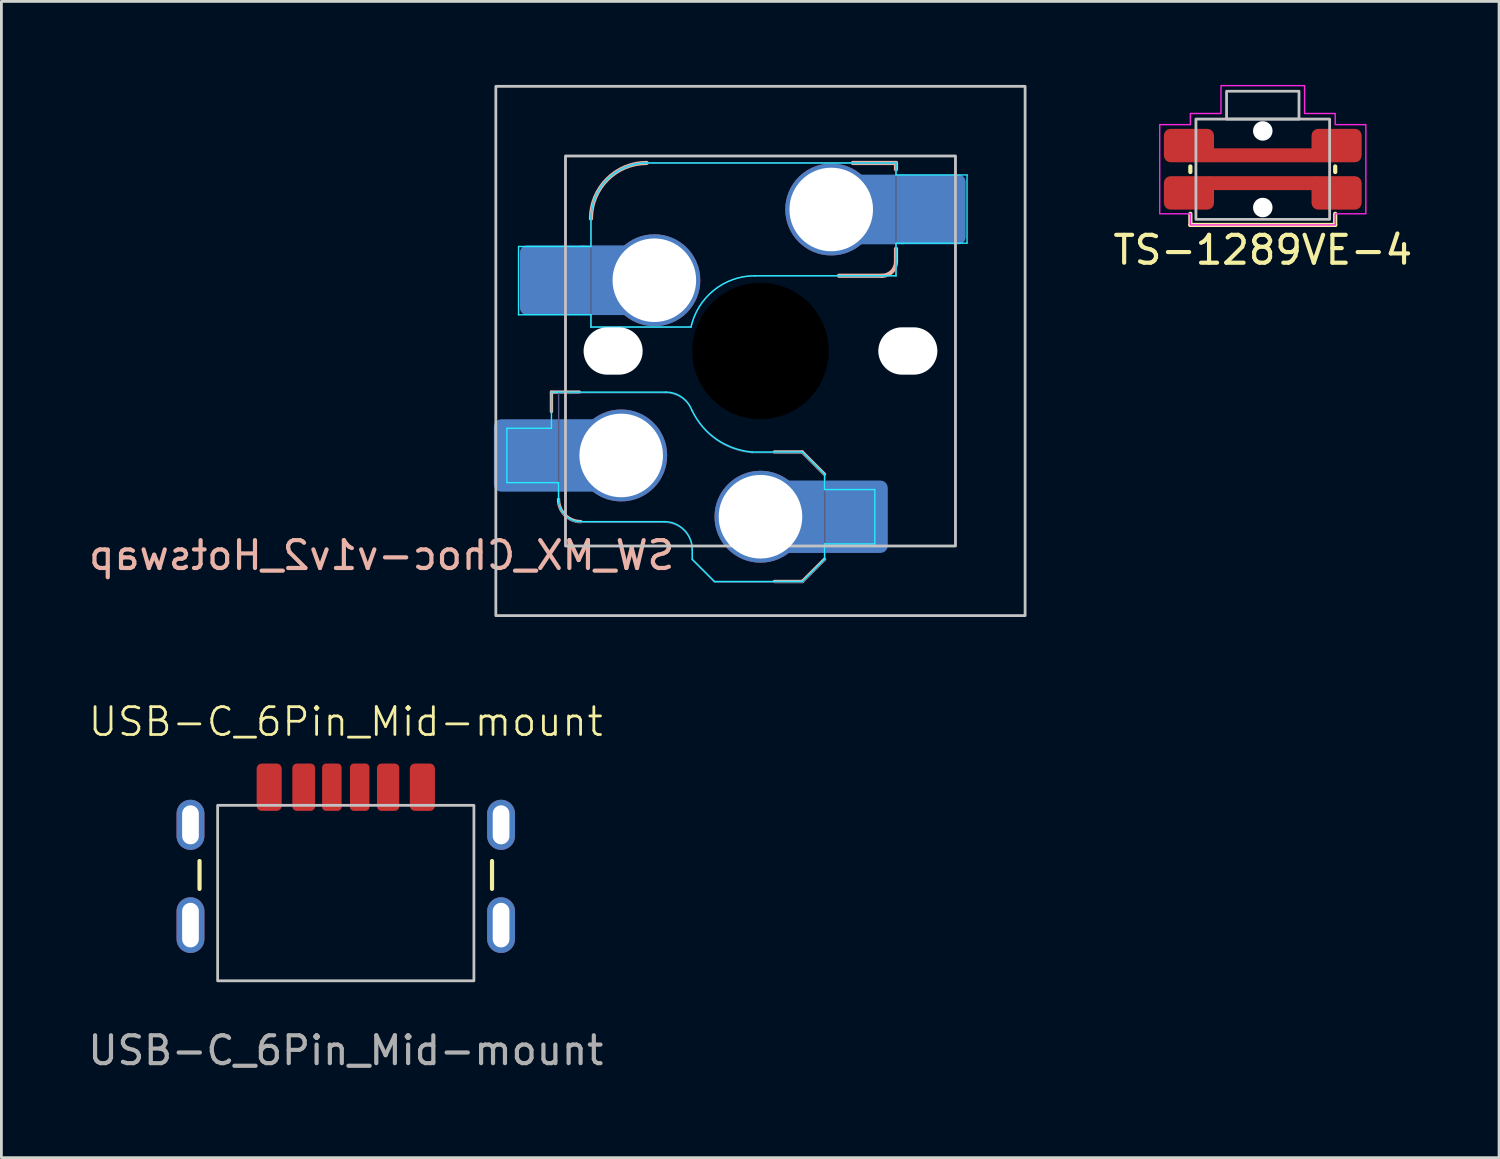
<source format=kicad_pcb>
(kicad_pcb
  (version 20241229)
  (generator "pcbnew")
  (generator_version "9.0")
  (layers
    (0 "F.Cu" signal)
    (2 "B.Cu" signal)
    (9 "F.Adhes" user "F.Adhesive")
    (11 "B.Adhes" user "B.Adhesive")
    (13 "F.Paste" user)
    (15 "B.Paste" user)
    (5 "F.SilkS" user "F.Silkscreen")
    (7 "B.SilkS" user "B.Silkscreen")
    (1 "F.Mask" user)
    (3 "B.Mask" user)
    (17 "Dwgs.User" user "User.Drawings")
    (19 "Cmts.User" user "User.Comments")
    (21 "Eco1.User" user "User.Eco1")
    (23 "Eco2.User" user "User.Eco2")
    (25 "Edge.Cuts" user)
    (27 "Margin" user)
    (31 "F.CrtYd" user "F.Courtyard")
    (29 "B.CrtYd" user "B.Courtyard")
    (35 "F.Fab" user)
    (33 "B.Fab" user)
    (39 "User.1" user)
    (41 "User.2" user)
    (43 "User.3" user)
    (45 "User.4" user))
  (footprint "SW_MX_Choc-v1v2_Hotswap"
    (layer "F.Cu")
    (at 24.25 9.55)
    (property "Reference" "SW_MX_Choc-v1v2_Hotswap" (at -3 6.75 0) (unlocked yes) (layer "B.SilkS") (effects (font (size 1 1) (thickness 0.15)) (justify left top mirror)))
    (fp_line (start -7.504 1.475) (end -7.504 2.175) (stroke (width 0.12) (type solid)) (layer "B.SilkS"))
    (fp_line (start -7.504 1.475) (end -6.504 1.475) (stroke (width 0.12) (type solid)) (layer "B.SilkS"))
    (fp_line (start 1.5 3.625) (end 0.5 3.625) (stroke (width 0.12) (type solid)) (layer "B.SilkS"))
    (fp_line (start 1.5 3.625) (end 2.3 4.425) (stroke (width 0.12) (type solid)) (layer "B.SilkS"))
    (fp_line (start 1.5 8.275) (end 0.5 8.275) (stroke (width 0.12) (type solid)) (layer "B.SilkS"))
    (fp_line (start 2.3 7.475) (end 1.5 8.275) (stroke (width 0.12) (type solid)) (layer "B.SilkS"))
    (fp_line (start 2.815 -2.7) (end 4.365 -2.7) (stroke (width 0.15) (type solid)) (layer "B.SilkS"))
    (fp_line (start 3.315 -6.75) (end 4.865 -6.75) (stroke (width 0.15) (type solid)) (layer "B.SilkS"))
    (fp_line (start 4.865 -6.75) (end 4.865 -6.52) (stroke (width 0.15) (type solid)) (layer "B.SilkS"))
    (fp_line (start 4.865 -3.67) (end 4.865 -3.2) (stroke (width 0.15) (type solid)) (layer "B.SilkS"))
    (fp_arc (start -6.45 6.125) (mid -7.015685 5.890685) (end -7.25 5.325) (stroke (width 0.12) (type solid)) (layer "B.SilkS"))
    (fp_arc (start -6.085176 -4.75022) (mid -5.499381 -6.164412) (end -4.085176 -6.75022) (stroke (width 0.15) (type solid)) (layer "B.SilkS"))
    (fp_arc (start 4.864824 -3.20022) (mid 4.718386 -2.846645) (end 4.364824 -2.70022) (stroke (width 0.15) (type solid)) (layer "B.SilkS"))
    (fp_rect (start -9.5 -9.5) (end 9.5 9.5) (stroke (width 0.1) (type default)) (fill no) (layer "Dwgs.User"))
    (fp_rect (start -7 -7) (end 7 7) (stroke (width 0.1) (type solid)) (fill no) (layer "Dwgs.User"))
    (fp_line (start -9.104 2.775) (end -7.504 2.775) (stroke (width 0.05) (type solid)) (layer "B.CrtYd"))
    (fp_line (start -9.104 4.725) (end -9.104 2.775) (stroke (width 0.05) (type solid)) (layer "B.CrtYd"))
    (fp_line (start -8.685 -3.75) (end -8.685 -1.3) (stroke (width 0.05) (type solid)) (layer "B.CrtYd"))
    (fp_line (start -8.685 -1.3) (end -6.085 -1.3) (stroke (width 0.05) (type solid)) (layer "B.CrtYd"))
    (fp_line (start -7.504 1.475) (end -7.504 2.175) (stroke (width 0.05) (type solid)) (layer "B.CrtYd"))
    (fp_line (start -7.504 1.475) (end -3.4 1.475) (stroke (width 0.05) (type solid)) (layer "B.CrtYd"))
    (fp_line (start -7.504 2.175) (end -7.504 2.775) (stroke (width 0.05) (type solid)) (layer "B.CrtYd"))
    (fp_line (start -7.25 4.725) (end -9.104 4.725) (stroke (width 0.05) (type solid)) (layer "B.CrtYd"))
    (fp_line (start -7.25 5.325) (end -7.25 4.725) (stroke (width 0.05) (type solid)) (layer "B.CrtYd"))
    (fp_line (start -6.085 -3.75) (end -8.685 -3.75) (stroke (width 0.05) (type solid)) (layer "B.CrtYd"))
    (fp_line (start -6.085 -3.75) (end -6.085 -4.75) (stroke (width 0.05) (type solid)) (layer "B.CrtYd"))
    (fp_line (start -6.085 -1.3) (end -6.085 -0.86) (stroke (width 0.05) (type solid)) (layer "B.CrtYd"))
    (fp_line (start -6.085 -0.86) (end -2.494 -0.86) (stroke (width 0.05) (type solid)) (layer "B.CrtYd"))
    (fp_line (start -4.085 -6.75) (end 4.865 -6.75) (stroke (width 0.05) (type solid)) (layer "B.CrtYd"))
    (fp_line (start -3.45 6.125) (end -6.45 6.125) (stroke (width 0.05) (type solid)) (layer "B.CrtYd"))
    (fp_line (start -2.45 7.475) (end -2.45 7.125) (stroke (width 0.05) (type solid)) (layer "B.CrtYd"))
    (fp_line (start -2.45 7.475) (end -1.65 8.275) (stroke (width 0.05) (type solid)) (layer "B.CrtYd"))
    (fp_line (start 1.5 3.625) (end -0.3 3.625) (stroke (width 0.05) (type solid)) (layer "B.CrtYd"))
    (fp_line (start 1.5 3.625) (end 2.3 4.425) (stroke (width 0.05) (type solid)) (layer "B.CrtYd"))
    (fp_line (start 1.5 8.275) (end -1.65 8.275) (stroke (width 0.05) (type solid)) (layer "B.CrtYd"))
    (fp_line (start 2.3 4.975) (end 2.3 4.425) (stroke (width 0.05) (type solid)) (layer "B.CrtYd"))
    (fp_line (start 2.3 7.475) (end 1.5 8.275) (stroke (width 0.05) (type solid)) (layer "B.CrtYd"))
    (fp_line (start 2.3 7.475) (end 2.3 6.925) (stroke (width 0.05) (type solid)) (layer "B.CrtYd"))
    (fp_line (start 4.104 4.975) (end 2.3 4.975) (stroke (width 0.05) (type solid)) (layer "B.CrtYd"))
    (fp_line (start 4.104 4.975) (end 4.104 6.925) (stroke (width 0.05) (type solid)) (layer "B.CrtYd"))
    (fp_line (start 4.104 6.925) (end 2.3 6.925) (stroke (width 0.05) (type solid)) (layer "B.CrtYd"))
    (fp_line (start 4.865 -6.75) (end 4.865 -6.32) (stroke (width 0.05) (type solid)) (layer "B.CrtYd"))
    (fp_line (start 4.865 -3.87) (end 4.865 -2.7) (stroke (width 0.05) (type solid)) (layer "B.CrtYd"))
    (fp_line (start 4.865 -3.87) (end 7.415 -3.87) (stroke (width 0.05) (type solid)) (layer "B.CrtYd"))
    (fp_line (start 4.865 -2.7) (end -0.2 -2.7) (stroke (width 0.05) (type solid)) (layer "B.CrtYd"))
    (fp_line (start 7.415 -6.32) (end 4.865 -6.32) (stroke (width 0.05) (type solid)) (layer "B.CrtYd"))
    (fp_line (start 7.415 -3.87) (end 7.415 -6.32) (stroke (width 0.05) (type solid)) (layer "B.CrtYd"))
    (fp_arc (start -6.45 6.125) (mid -7.015685 5.890685) (end -7.25 5.325) (stroke (width 0.05) (type solid)) (layer "B.CrtYd"))
    (fp_arc (start -6.085176 -4.75022) (mid -5.49939 -6.164434) (end -4.085176 -6.75022) (stroke (width 0.05) (type solid)) (layer "B.CrtYd"))
    (fp_arc (start -3.45 6.125) (mid -2.742893 6.417893) (end -2.45 7.125) (stroke (width 0.05) (type solid)) (layer "B.CrtYd"))
    (fp_arc (start -3.4 1.475) (mid -2.826423 1.655848) (end -2.460307 2.13298) (stroke (width 0.05) (type solid)) (layer "B.CrtYd"))
    (fp_arc (start -2.494322 -0.86022) (mid -1.670503 -2.183402) (end -0.2 -2.70022) (stroke (width 0.05) (type solid)) (layer "B.CrtYd"))
    (fp_arc (start -0.299999 3.624999) (mid -1.577272 3.167235) (end -2.455444 2.13293) (stroke (width 0.05) (type solid)) (layer "B.CrtYd"))
    (fp_rect (start -7 -7) (end 7 7) (stroke (width 0.05) (type default)) (fill no) (layer "F.CrtYd"))
    (fp_line (start -7.246 1.5) (end -3.396 1.5) (stroke (width 0.05) (type solid)) (layer "B.Fab"))
    (fp_line (start -7.246 5.35) (end -7.246 1.5) (stroke (width 0.05) (type solid)) (layer "B.Fab"))
    (fp_line (start -6.085 -0.86) (end -6.085 -4.75) (stroke (width 0.05) (type solid)) (layer "B.Fab"))
    (fp_line (start -6.085 -0.86) (end -2.494 -0.86) (stroke (width 0.05) (type solid)) (layer "B.Fab"))
    (fp_line (start -4.085 -6.75) (end 4.865 -6.75) (stroke (width 0.05) (type solid)) (layer "B.Fab"))
    (fp_line (start -3.446 6.15) (end -6.446 6.15) (stroke (width 0.05) (type solid)) (layer "B.Fab"))
    (fp_line (start -2.446 7.5) (end -2.446 7.15) (stroke (width 0.05) (type solid)) (layer "B.Fab"))
    (fp_line (start -2.446 7.5) (end -1.646 8.3) (stroke (width 0.05) (type solid)) (layer "B.Fab"))
    (fp_line (start 1.504 3.65) (end -0.296 3.65) (stroke (width 0.05) (type solid)) (layer "B.Fab"))
    (fp_line (start 1.504 3.65) (end 2.304 4.45) (stroke (width 0.05) (type solid)) (layer "B.Fab"))
    (fp_line (start 1.504 8.3) (end -1.646 8.3) (stroke (width 0.05) (type solid)) (layer "B.Fab"))
    (fp_line (start 2.304 7.5) (end 1.504 8.3) (stroke (width 0.05) (type solid)) (layer "B.Fab"))
    (fp_line (start 2.304 7.5) (end 2.304 4.45) (stroke (width 0.05) (type solid)) (layer "B.Fab"))
    (fp_line (start 4.865 -6.75) (end 4.865 -2.7) (stroke (width 0.05) (type solid)) (layer "B.Fab"))
    (fp_line (start 4.865 -2.7) (end -0.2 -2.7) (stroke (width 0.05) (type solid)) (layer "B.Fab"))
    (fp_arc (start -6.446 6.15) (mid -7.011685 5.915685) (end -7.246 5.35) (stroke (width 0.05) (type solid)) (layer "B.Fab"))
    (fp_arc (start -6.085176 -4.75022) (mid -5.499381 -6.164412) (end -4.085176 -6.75022) (stroke (width 0.05) (type solid)) (layer "B.Fab"))
    (fp_arc (start -3.446 6.15) (mid -2.738893 6.442893) (end -2.446 7.15) (stroke (width 0.05) (type solid)) (layer "B.Fab"))
    (fp_arc (start -3.396 1.5) (mid -2.822423 1.680848) (end -2.456307 2.15798) (stroke (width 0.05) (type solid)) (layer "B.Fab"))
    (fp_arc (start -2.494322 -0.86022) (mid -1.670501 -2.183395) (end -0.2 -2.70022) (stroke (width 0.05) (type solid)) (layer "B.Fab"))
    (fp_arc (start -0.295999 3.649999) (mid -1.573272 3.192235) (end -2.451444 2.15793) (stroke (width 0.05) (type solid)) (layer "B.Fab"))
    (pad "" np_thru_hole oval (at -5.29 0 180) (size 2.12 1.7) (drill oval 2.12 1.7) (layers "*.Cu" "*.Mask"))
    (pad "" np_thru_hole circle (at 0 0 180) (size 4.9 4.9) (drill 4.9) (layers "*.Mask"))
    (pad "" np_thru_hole oval (at 5.29 0) (size 2.12 1.7) (drill oval 2.12 1.7) (layers "*.Cu" "*.Mask"))
    (pad "1" smd roundrect (at -8.245 3.75) (size 2.65 2.6) (layers "B.Cu" "B.Mask" "B.Paste") (roundrect_rratio 0.1))
    (pad "1" smd roundrect (at -7.36 -2.54) (size 2.55 2.5) (layers "B.Cu" "B.Mask" "B.Paste") (roundrect_rratio 0.1))
    (pad "1" smd rect (at -6.55 3.75) (size 1.2 2.6) (layers "B.Cu"))
    (pad "1" smd rect (at -5.635 -2.54 180) (size 1.65 2.5) (layers "B.Cu"))
    (pad "1" thru_hole circle (at -5 3.75) (size 3.3 3.3) (drill 3) (layers "*.Cu" "*.Mask"))
    (pad "1" thru_hole circle (at -3.81 -2.54) (size 3.3 3.3) (drill 3) (layers "*.Cu" "*.Mask"))
    (pad "2" thru_hole circle (at 0 5.95) (size 3.3 3.3) (drill 3) (layers "*.Cu" "*.Mask"))
    (pad "2" smd rect (at 1.55 5.95 180) (size 1.2 2.6) (layers "B.Cu"))
    (pad "2" thru_hole circle (at 2.54 -5.08) (size 3.3 3.3) (drill 3) (layers "*.Cu" "*.Mask"))
    (pad "2" smd roundrect (at 3.245 5.95) (size 2.65 2.6) (layers "B.Cu" "B.Mask" "B.Paste") (roundrect_rratio 0.1))
    (pad "2" smd rect (at 4.34 -5.08) (size 1.65 2.5) (layers "B.Cu"))
    (pad "2" smd roundrect (at 6.09 -5.08) (size 2.55 2.5) (layers "B.Cu" "B.Mask" "B.Paste") (roundrect_rratio 0.1)))
  (footprint "TS-1289VE-4"
    (layer "F.Cu")
    (at 42.282 3.025)
    (property "Reference" "TS-1289VE-4" (at 0 2.9 0) (unlocked yes) (layer "F.SilkS") (effects (font (size 1 1) (thickness 0.15))))
    (attr through_hole)
    (fp_line (start -2.6 0.1) (end -2.6 -0.1) (stroke (width 0.15) (type default)) (layer "F.SilkS"))
    (fp_line (start -2.6 2) (end -2.6 1.6) (stroke (width 0.15) (type default)) (layer "F.SilkS"))
    (fp_line (start 2.6 0.1) (end 2.6 -0.1) (stroke (width 0.15) (type default)) (layer "F.SilkS"))
    (fp_line (start 2.6 1.6) (end 2.6 2) (stroke (width 0.15) (type default)) (layer "F.SilkS"))
    (fp_line (start 2.6 2) (end -2.6 2) (stroke (width 0.15) (type default)) (layer "F.SilkS"))
    (fp_rect (start -2.4 -1.8) (end 2.4 1.8) (stroke (width 0.1) (type default)) (fill no) (layer "Dwgs.User"))
    (fp_rect (start -1.3 -2.8) (end 1.3 -1.8) (stroke (width 0.1) (type default)) (fill no) (layer "Dwgs.User"))
    (fp_poly (pts (xy -2.6 2) (xy -2.6 1.6) (xy -3.7 1.6) (xy -3.7 -1.6) (xy -2.6 -1.6) (xy -2.6 -2) (xy -1.5 -2) (xy -1.5 -3) (xy 1.5 -3) (xy 1.5 -2) (xy 2.6 -2) (xy 2.6 -1.6) (xy 3.7 -1.6) (xy 3.7 1.6) (xy 2.6 1.6) (xy 2.6 2)) (stroke (width 0.05) (type solid)) (fill no) (layer "F.CrtYd"))
    (pad "" np_thru_hole circle (at 0 -1.375) (size 0.7 0.7) (drill 0.7) (layers "*.Cu" "*.Mask"))
    (pad "" np_thru_hole circle (at 0 1.375) (size 0.7 0.7) (drill 0.7) (layers "*.Cu" "*.Mask"))
    (pad "1" smd roundrect (at -2.65 0.85) (size 1.8 1.2) (layers "F.Cu" "F.Mask" "F.Paste") (roundrect_rratio 0.2))
    (pad "1" smd rect (at 0 0.5) (size 4 0.5) (layers "F.Cu"))
    (pad "1" smd roundrect (at 2.65 0.85) (size 1.8 1.2) (layers "F.Cu" "F.Mask" "F.Paste") (roundrect_rratio 0.2))
    (pad "2" smd roundrect (at -2.65 -0.85) (size 1.8 1.2) (layers "F.Cu" "F.Mask" "F.Paste") (roundrect_rratio 0.2))
    (pad "2" smd rect (at 0 -0.5) (size 4 0.5) (layers "F.Cu"))
    (pad "2" smd roundrect (at 2.65 -0.85) (size 1.8 1.2) (layers "F.Cu" "F.Mask" "F.Paste") (roundrect_rratio 0.2)))
  (footprint "USB-C_6Pin_Mid-mount"
    (layer "F.Cu")
    (at 9.363 24.36)
    (property "Reference" "USB-C_6Pin_Mid-mount" (at 0 -1.5 0) (unlocked yes) (layer "F.SilkS") (effects (font (size 1 1) (thickness 0.1))))
    (attr smd)
    (fp_line (start -5.25 3.5) (end -5.25 4.5) (stroke (width 0.15) (type default)) (layer "F.SilkS"))
    (fp_line (start 5.25 3.5) (end 5.25 4.5) (stroke (width 0.15) (type solid)) (layer "F.SilkS"))
    (fp_rect (start -4.6 1.5) (end 4.6 7.8) (stroke (width 0.1) (type default)) (fill no) (layer "Dwgs.User"))
    (fp_text user "${REFERENCE}" (at 0 10.3 0) (unlocked yes) (layer "F.Fab") (effects (font (size 1 1) (thickness 0.15))))
    (pad "A5" smd roundrect (at -0.5 0.85) (size 0.7 1.7) (layers "F.Cu" "F.Mask" "F.Paste") (roundrect_rratio 0.2))
    (pad "A9" smd roundrect (at 1.52 0.85) (size 0.8 1.7) (layers "F.Cu" "F.Mask" "F.Paste") (roundrect_rratio 0.2))
    (pad "A12" smd roundrect (at 2.75 0.85) (size 0.9 1.7) (layers "F.Cu" "F.Mask" "F.Paste") (roundrect_rratio 0.2))
    (pad "B5" smd roundrect (at 0.5 0.85) (size 0.7 1.7) (layers "F.Cu" "F.Mask" "F.Paste") (roundrect_rratio 0.2))
    (pad "B9" smd roundrect (at -1.51 0.85) (size 0.82 1.7) (layers "F.Cu" "F.Mask" "F.Paste") (roundrect_rratio 0.2))
    (pad "B12" smd roundrect (at -2.75 0.85) (size 0.9 1.7) (layers "F.Cu" "F.Mask" "F.Paste") (roundrect_rratio 0.2))
    (pad "S1" thru_hole oval (at -5.575 2.2) (size 1 1.8) (drill oval 0.6 1.4) (layers "*.Cu" "*.Mask"))
    (pad "S1" thru_hole oval (at -5.575 5.8) (size 1 2) (drill oval 0.6 1.6) (layers "*.Cu" "*.Mask"))
    (pad "S1" thru_hole oval (at 5.575 2.2) (size 1 1.8) (drill oval 0.6 1.4) (layers "*.Cu" "*.Mask"))
    (pad "S1" thru_hole oval (at 5.575 5.8) (size 1 2) (drill oval 0.6 1.6) (layers "*.Cu" "*.Mask")))
  (gr_rect
    (start -3 -3)
    (end 50.764 38.509)
    (stroke (width 0.1) (type default))
    (fill no)
    (layer "Edge.Cuts")))
</source>
